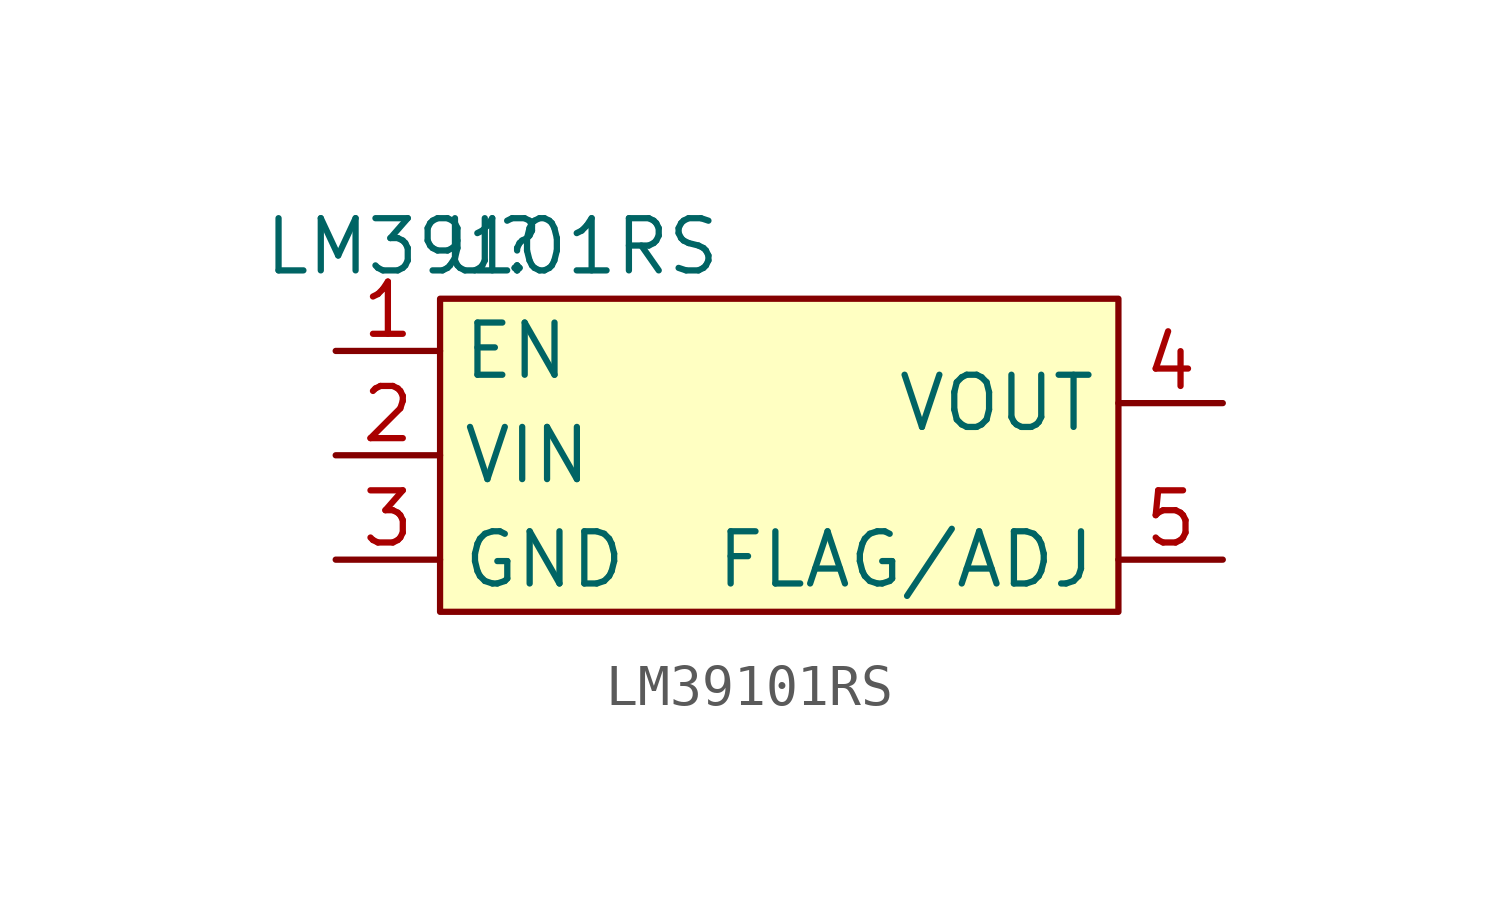
<source format=kicad_sym>
(kicad_symbol_lib
  (version 20241209)
  (generator "kicad_symbol_editor")
  (generator_version "9.0")
  (symbol "LM39101RS"
    (property "Reference" "U"
      (at 0 0 0)
      (effects (font (size 1.27 1.27))))
    (property "Value" "LM39101RS"
      (at 0 0 0)
      (effects (font (size 1.27 1.27))))
    (symbol "LM39101RS_1_1"
      (rectangle (start -1.27 -1.27) (end 15.24 -8.89) (stroke (width 0) (type solid)) (fill (type background)))
      (pin input line (at -3.81 -2.54 0) (length 2.54) (name "EN" (effects (font (size 1.27 1.27)))) (number "1" (effects (font (size 1.27 1.27)))))
      (pin power_in line (at -3.81 -5.08 0) (length 2.54) (name "VIN" (effects (font (size 1.27 1.27)))) (number "2" (effects (font (size 1.27 1.27)))))
      (pin power_out line (at -3.81 -7.62 0) (length 2.54) (name "GND" (effects (font (size 1.27 1.27)))) (number "3" (effects (font (size 1.27 1.27)))))
      (pin power_out line (at 17.78 -3.81 180) (length 2.54) (name "VOUT" (effects (font (size 1.27 1.27)))) (number "4" (effects (font (size 1.27 1.27)))))
      (pin input line (at 17.78 -7.62 180) (length 2.54) (name "FLAG/ADJ" (effects (font (size 1.27 1.27)))) (number "5" (effects (font (size 1.27 1.27))))))))
</source>
